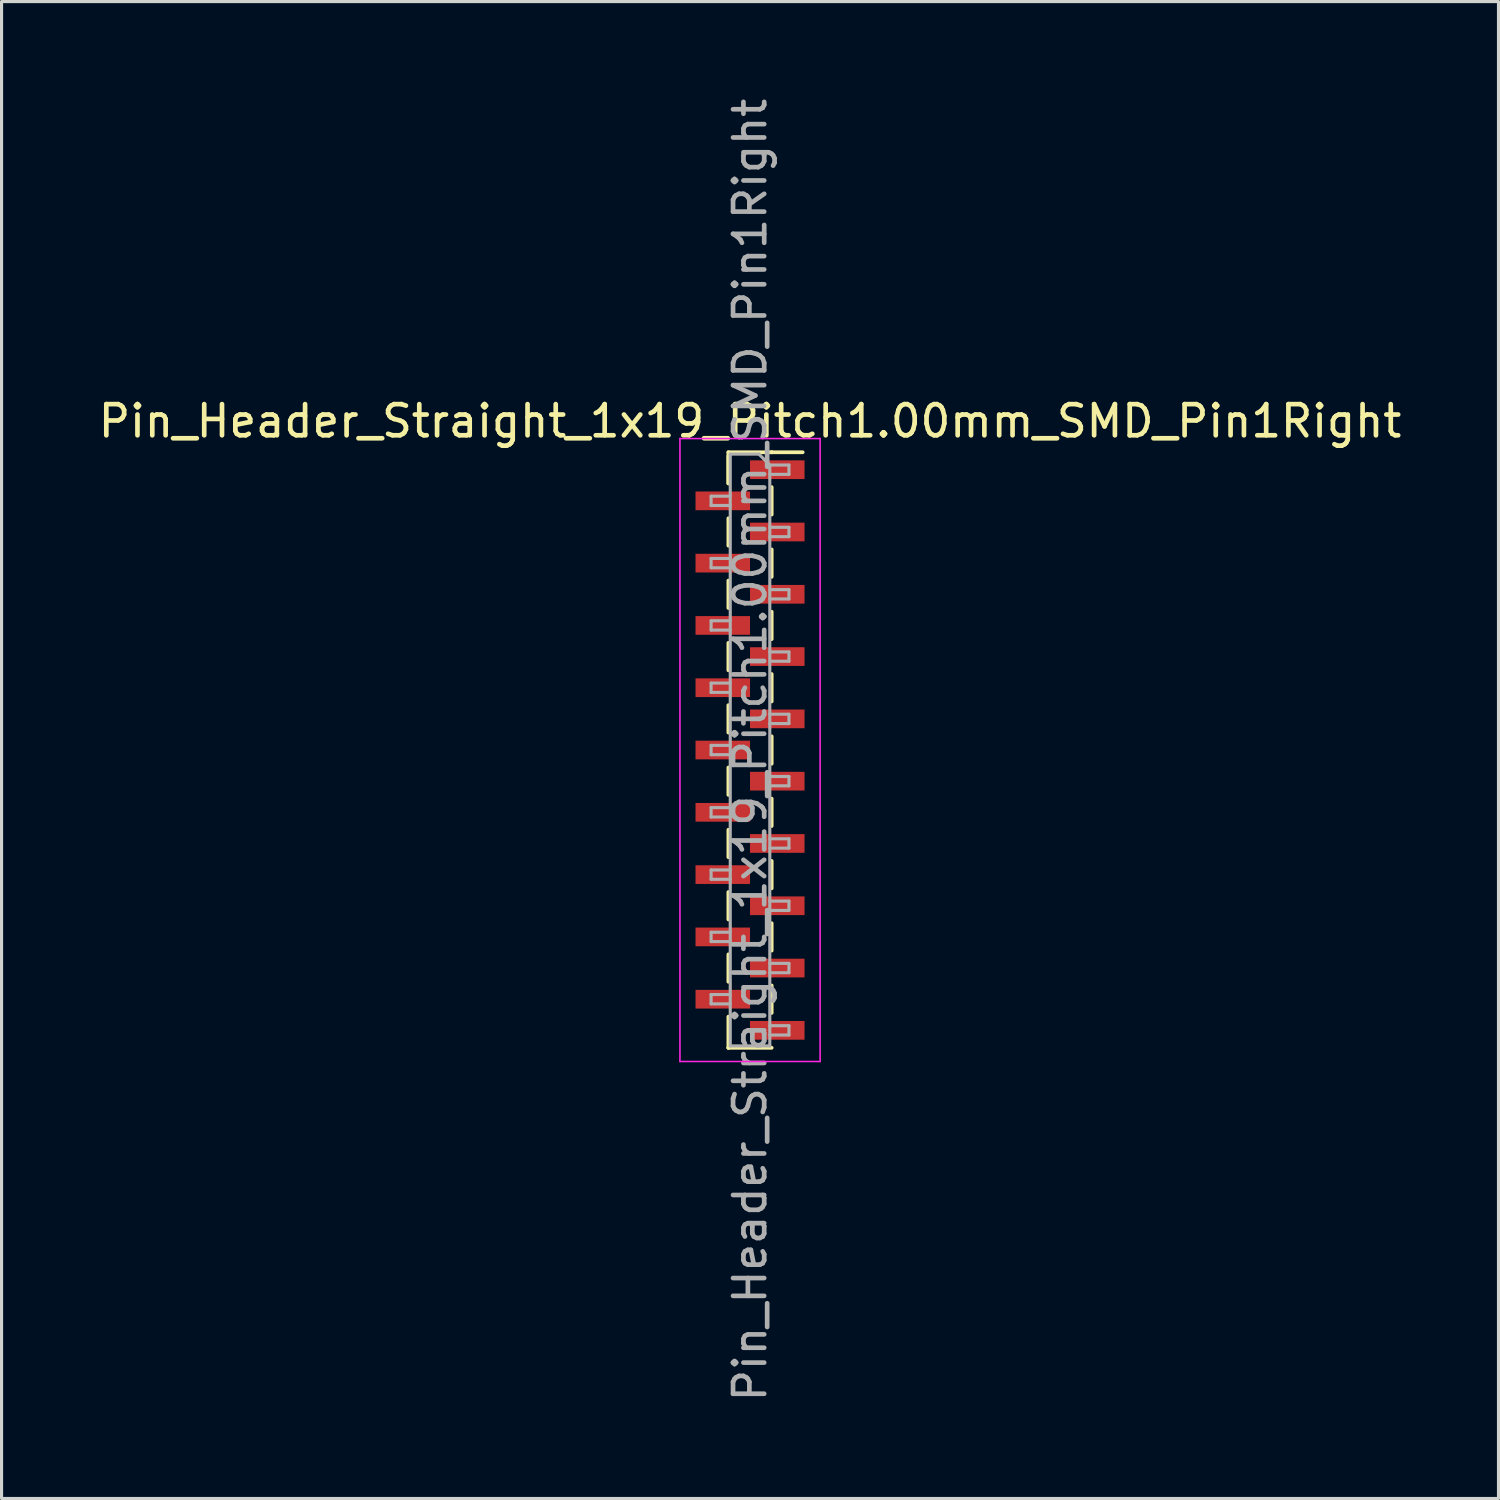
<source format=kicad_pcb>
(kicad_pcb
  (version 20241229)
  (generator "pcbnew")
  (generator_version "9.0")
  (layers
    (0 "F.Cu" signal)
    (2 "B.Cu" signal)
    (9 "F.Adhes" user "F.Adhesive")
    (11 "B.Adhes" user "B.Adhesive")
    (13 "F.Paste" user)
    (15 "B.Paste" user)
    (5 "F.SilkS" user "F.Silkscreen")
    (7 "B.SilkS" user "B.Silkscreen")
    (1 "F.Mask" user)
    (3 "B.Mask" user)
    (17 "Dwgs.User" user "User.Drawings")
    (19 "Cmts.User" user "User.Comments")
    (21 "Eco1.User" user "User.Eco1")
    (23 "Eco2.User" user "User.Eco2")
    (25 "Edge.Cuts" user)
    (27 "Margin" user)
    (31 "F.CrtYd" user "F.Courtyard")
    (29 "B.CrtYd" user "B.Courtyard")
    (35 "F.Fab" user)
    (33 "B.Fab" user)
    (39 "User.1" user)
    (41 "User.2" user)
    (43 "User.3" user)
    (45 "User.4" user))
  (footprint "Pin_Header_Straight_1x19_Pitch1.00mm_SMD_Pin1Right"
    (layer "F.Cu")
    (at 21.03 21.03)
    (property "Reference" "Pin_Header_Straight_1x19_Pitch1.00mm_SMD_Pin1Right" (at 0 -10.56 0) (layer "F.SilkS") (effects (font (size 1 1) (thickness 0.15))))
    (attr smd)
    (fp_line (start -0.695 -9.56) (end -0.695 -8.56) (stroke (width 0.12) (type solid)) (layer "F.SilkS"))
    (fp_line (start -0.695 -9.56) (end 0.695 -9.56) (stroke (width 0.12) (type solid)) (layer "F.SilkS"))
    (fp_line (start -0.695 -9.44) (end -0.695 -8.56) (stroke (width 0.12) (type solid)) (layer "F.SilkS"))
    (fp_line (start -0.695 -7.44) (end -0.695 -6.56) (stroke (width 0.12) (type solid)) (layer "F.SilkS"))
    (fp_line (start -0.695 -5.44) (end -0.695 -4.56) (stroke (width 0.12) (type solid)) (layer "F.SilkS"))
    (fp_line (start -0.695 -3.44) (end -0.695 -2.56) (stroke (width 0.12) (type solid)) (layer "F.SilkS"))
    (fp_line (start -0.695 -1.44) (end -0.695 -0.56) (stroke (width 0.12) (type solid)) (layer "F.SilkS"))
    (fp_line (start -0.695 0.56) (end -0.695 1.44) (stroke (width 0.12) (type solid)) (layer "F.SilkS"))
    (fp_line (start -0.695 2.56) (end -0.695 3.44) (stroke (width 0.12) (type solid)) (layer "F.SilkS"))
    (fp_line (start -0.695 4.56) (end -0.695 5.44) (stroke (width 0.12) (type solid)) (layer "F.SilkS"))
    (fp_line (start -0.695 6.56) (end -0.695 7.44) (stroke (width 0.12) (type solid)) (layer "F.SilkS"))
    (fp_line (start -0.695 8.56) (end -0.695 9.56) (stroke (width 0.12) (type solid)) (layer "F.SilkS"))
    (fp_line (start -0.695 9.56) (end -0.695 9.56) (stroke (width 0.12) (type solid)) (layer "F.SilkS"))
    (fp_line (start -0.695 9.56) (end 0.695 9.56) (stroke (width 0.12) (type solid)) (layer "F.SilkS"))
    (fp_line (start 0.695 -9.56) (end 0.695 -9.56) (stroke (width 0.12) (type solid)) (layer "F.SilkS"))
    (fp_line (start 0.695 -9.56) (end 1.69 -9.56) (stroke (width 0.12) (type solid)) (layer "F.SilkS"))
    (fp_line (start 0.695 -8.44) (end 0.695 -7.56) (stroke (width 0.12) (type solid)) (layer "F.SilkS"))
    (fp_line (start 0.695 -6.44) (end 0.695 -5.56) (stroke (width 0.12) (type solid)) (layer "F.SilkS"))
    (fp_line (start 0.695 -4.44) (end 0.695 -3.56) (stroke (width 0.12) (type solid)) (layer "F.SilkS"))
    (fp_line (start 0.695 -2.44) (end 0.695 -1.56) (stroke (width 0.12) (type solid)) (layer "F.SilkS"))
    (fp_line (start 0.695 -0.44) (end 0.695 0.44) (stroke (width 0.12) (type solid)) (layer "F.SilkS"))
    (fp_line (start 0.695 1.56) (end 0.695 2.44) (stroke (width 0.12) (type solid)) (layer "F.SilkS"))
    (fp_line (start 0.695 3.56) (end 0.695 4.44) (stroke (width 0.12) (type solid)) (layer "F.SilkS"))
    (fp_line (start 0.695 5.56) (end 0.695 6.44) (stroke (width 0.12) (type solid)) (layer "F.SilkS"))
    (fp_line (start 0.695 7.56) (end 0.695 8.44) (stroke (width 0.12) (type solid)) (layer "F.SilkS"))
    (fp_line (start -2.25 -10) (end -2.25 10) (stroke (width 0.05) (type solid)) (layer "F.CrtYd"))
    (fp_line (start -2.25 10) (end 2.25 10) (stroke (width 0.05) (type solid)) (layer "F.CrtYd"))
    (fp_line (start 2.25 -10) (end -2.25 -10) (stroke (width 0.05) (type solid)) (layer "F.CrtYd"))
    (fp_line (start 2.25 10) (end 2.25 -10) (stroke (width 0.05) (type solid)) (layer "F.CrtYd"))
    (fp_line (start -1.25 -8.15) (end -1.25 -7.85) (stroke (width 0.1) (type solid)) (layer "F.Fab"))
    (fp_line (start -1.25 -7.85) (end -0.635 -7.85) (stroke (width 0.1) (type solid)) (layer "F.Fab"))
    (fp_line (start -1.25 -6.15) (end -1.25 -5.85) (stroke (width 0.1) (type solid)) (layer "F.Fab"))
    (fp_line (start -1.25 -5.85) (end -0.635 -5.85) (stroke (width 0.1) (type solid)) (layer "F.Fab"))
    (fp_line (start -1.25 -4.15) (end -1.25 -3.85) (stroke (width 0.1) (type solid)) (layer "F.Fab"))
    (fp_line (start -1.25 -3.85) (end -0.635 -3.85) (stroke (width 0.1) (type solid)) (layer "F.Fab"))
    (fp_line (start -1.25 -2.15) (end -1.25 -1.85) (stroke (width 0.1) (type solid)) (layer "F.Fab"))
    (fp_line (start -1.25 -1.85) (end -0.635 -1.85) (stroke (width 0.1) (type solid)) (layer "F.Fab"))
    (fp_line (start -1.25 -0.15) (end -1.25 0.15) (stroke (width 0.1) (type solid)) (layer "F.Fab"))
    (fp_line (start -1.25 0.15) (end -0.635 0.15) (stroke (width 0.1) (type solid)) (layer "F.Fab"))
    (fp_line (start -1.25 1.85) (end -1.25 2.15) (stroke (width 0.1) (type solid)) (layer "F.Fab"))
    (fp_line (start -1.25 2.15) (end -0.635 2.15) (stroke (width 0.1) (type solid)) (layer "F.Fab"))
    (fp_line (start -1.25 3.85) (end -1.25 4.15) (stroke (width 0.1) (type solid)) (layer "F.Fab"))
    (fp_line (start -1.25 4.15) (end -0.635 4.15) (stroke (width 0.1) (type solid)) (layer "F.Fab"))
    (fp_line (start -1.25 5.85) (end -1.25 6.15) (stroke (width 0.1) (type solid)) (layer "F.Fab"))
    (fp_line (start -1.25 6.15) (end -0.635 6.15) (stroke (width 0.1) (type solid)) (layer "F.Fab"))
    (fp_line (start -1.25 7.85) (end -1.25 8.15) (stroke (width 0.1) (type solid)) (layer "F.Fab"))
    (fp_line (start -1.25 8.15) (end -0.635 8.15) (stroke (width 0.1) (type solid)) (layer "F.Fab"))
    (fp_line (start -0.635 -9.5) (end -0.635 9.5) (stroke (width 0.1) (type solid)) (layer "F.Fab"))
    (fp_line (start -0.635 -9.5) (end 0.285 -9.5) (stroke (width 0.1) (type solid)) (layer "F.Fab"))
    (fp_line (start -0.635 -8.15) (end -1.25 -8.15) (stroke (width 0.1) (type solid)) (layer "F.Fab"))
    (fp_line (start -0.635 -6.15) (end -1.25 -6.15) (stroke (width 0.1) (type solid)) (layer "F.Fab"))
    (fp_line (start -0.635 -4.15) (end -1.25 -4.15) (stroke (width 0.1) (type solid)) (layer "F.Fab"))
    (fp_line (start -0.635 -2.15) (end -1.25 -2.15) (stroke (width 0.1) (type solid)) (layer "F.Fab"))
    (fp_line (start -0.635 -0.15) (end -1.25 -0.15) (stroke (width 0.1) (type solid)) (layer "F.Fab"))
    (fp_line (start -0.635 1.85) (end -1.25 1.85) (stroke (width 0.1) (type solid)) (layer "F.Fab"))
    (fp_line (start -0.635 3.85) (end -1.25 3.85) (stroke (width 0.1) (type solid)) (layer "F.Fab"))
    (fp_line (start -0.635 5.85) (end -1.25 5.85) (stroke (width 0.1) (type solid)) (layer "F.Fab"))
    (fp_line (start -0.635 7.85) (end -1.25 7.85) (stroke (width 0.1) (type solid)) (layer "F.Fab"))
    (fp_line (start 0.635 -9.15) (end 0.285 -9.5) (stroke (width 0.1) (type solid)) (layer "F.Fab"))
    (fp_line (start 0.635 -9.15) (end 1.25 -9.15) (stroke (width 0.1) (type solid)) (layer "F.Fab"))
    (fp_line (start 0.635 -7.15) (end 1.25 -7.15) (stroke (width 0.1) (type solid)) (layer "F.Fab"))
    (fp_line (start 0.635 -5.15) (end 1.25 -5.15) (stroke (width 0.1) (type solid)) (layer "F.Fab"))
    (fp_line (start 0.635 -3.15) (end 1.25 -3.15) (stroke (width 0.1) (type solid)) (layer "F.Fab"))
    (fp_line (start 0.635 -1.15) (end 1.25 -1.15) (stroke (width 0.1) (type solid)) (layer "F.Fab"))
    (fp_line (start 0.635 0.85) (end 1.25 0.85) (stroke (width 0.1) (type solid)) (layer "F.Fab"))
    (fp_line (start 0.635 2.85) (end 1.25 2.85) (stroke (width 0.1) (type solid)) (layer "F.Fab"))
    (fp_line (start 0.635 4.85) (end 1.25 4.85) (stroke (width 0.1) (type solid)) (layer "F.Fab"))
    (fp_line (start 0.635 6.85) (end 1.25 6.85) (stroke (width 0.1) (type solid)) (layer "F.Fab"))
    (fp_line (start 0.635 8.85) (end 1.25 8.85) (stroke (width 0.1) (type solid)) (layer "F.Fab"))
    (fp_line (start 0.635 9.5) (end -0.635 9.5) (stroke (width 0.1) (type solid)) (layer "F.Fab"))
    (fp_line (start 0.635 9.5) (end 0.635 -9.15) (stroke (width 0.1) (type solid)) (layer "F.Fab"))
    (fp_line (start 1.25 -9.15) (end 1.25 -8.85) (stroke (width 0.1) (type solid)) (layer "F.Fab"))
    (fp_line (start 1.25 -8.85) (end 0.635 -8.85) (stroke (width 0.1) (type solid)) (layer "F.Fab"))
    (fp_line (start 1.25 -7.15) (end 1.25 -6.85) (stroke (width 0.1) (type solid)) (layer "F.Fab"))
    (fp_line (start 1.25 -6.85) (end 0.635 -6.85) (stroke (width 0.1) (type solid)) (layer "F.Fab"))
    (fp_line (start 1.25 -5.15) (end 1.25 -4.85) (stroke (width 0.1) (type solid)) (layer "F.Fab"))
    (fp_line (start 1.25 -4.85) (end 0.635 -4.85) (stroke (width 0.1) (type solid)) (layer "F.Fab"))
    (fp_line (start 1.25 -3.15) (end 1.25 -2.85) (stroke (width 0.1) (type solid)) (layer "F.Fab"))
    (fp_line (start 1.25 -2.85) (end 0.635 -2.85) (stroke (width 0.1) (type solid)) (layer "F.Fab"))
    (fp_line (start 1.25 -1.15) (end 1.25 -0.85) (stroke (width 0.1) (type solid)) (layer "F.Fab"))
    (fp_line (start 1.25 -0.85) (end 0.635 -0.85) (stroke (width 0.1) (type solid)) (layer "F.Fab"))
    (fp_line (start 1.25 0.85) (end 1.25 1.15) (stroke (width 0.1) (type solid)) (layer "F.Fab"))
    (fp_line (start 1.25 1.15) (end 0.635 1.15) (stroke (width 0.1) (type solid)) (layer "F.Fab"))
    (fp_line (start 1.25 2.85) (end 1.25 3.15) (stroke (width 0.1) (type solid)) (layer "F.Fab"))
    (fp_line (start 1.25 3.15) (end 0.635 3.15) (stroke (width 0.1) (type solid)) (layer "F.Fab"))
    (fp_line (start 1.25 4.85) (end 1.25 5.15) (stroke (width 0.1) (type solid)) (layer "F.Fab"))
    (fp_line (start 1.25 5.15) (end 0.635 5.15) (stroke (width 0.1) (type solid)) (layer "F.Fab"))
    (fp_line (start 1.25 6.85) (end 1.25 7.15) (stroke (width 0.1) (type solid)) (layer "F.Fab"))
    (fp_line (start 1.25 7.15) (end 0.635 7.15) (stroke (width 0.1) (type solid)) (layer "F.Fab"))
    (fp_line (start 1.25 8.85) (end 1.25 9.15) (stroke (width 0.1) (type solid)) (layer "F.Fab"))
    (fp_line (start 1.25 9.15) (end 0.635 9.15) (stroke (width 0.1) (type solid)) (layer "F.Fab"))
    (fp_text user "${REFERENCE}" (at 0 0 90) (layer "F.Fab") (effects (font (size 1 1) (thickness 0.15))))
    (pad "1" smd rect (at 0.875 -9) (size 1.75 0.6) (layers "F.Cu" "F.Mask" "F.Paste"))
    (pad "2" smd rect (at -0.875 -8) (size 1.75 0.6) (layers "F.Cu" "F.Mask" "F.Paste"))
    (pad "3" smd rect (at 0.875 -7) (size 1.75 0.6) (layers "F.Cu" "F.Mask" "F.Paste"))
    (pad "4" smd rect (at -0.875 -6) (size 1.75 0.6) (layers "F.Cu" "F.Mask" "F.Paste"))
    (pad "5" smd rect (at 0.875 -5) (size 1.75 0.6) (layers "F.Cu" "F.Mask" "F.Paste"))
    (pad "6" smd rect (at -0.875 -4) (size 1.75 0.6) (layers "F.Cu" "F.Mask" "F.Paste"))
    (pad "7" smd rect (at 0.875 -3) (size 1.75 0.6) (layers "F.Cu" "F.Mask" "F.Paste"))
    (pad "8" smd rect (at -0.875 -2) (size 1.75 0.6) (layers "F.Cu" "F.Mask" "F.Paste"))
    (pad "9" smd rect (at 0.875 -1) (size 1.75 0.6) (layers "F.Cu" "F.Mask" "F.Paste"))
    (pad "10" smd rect (at -0.875 0) (size 1.75 0.6) (layers "F.Cu" "F.Mask" "F.Paste"))
    (pad "11" smd rect (at 0.875 1) (size 1.75 0.6) (layers "F.Cu" "F.Mask" "F.Paste"))
    (pad "12" smd rect (at -0.875 2) (size 1.75 0.6) (layers "F.Cu" "F.Mask" "F.Paste"))
    (pad "13" smd rect (at 0.875 3) (size 1.75 0.6) (layers "F.Cu" "F.Mask" "F.Paste"))
    (pad "14" smd rect (at -0.875 4) (size 1.75 0.6) (layers "F.Cu" "F.Mask" "F.Paste"))
    (pad "15" smd rect (at 0.875 5) (size 1.75 0.6) (layers "F.Cu" "F.Mask" "F.Paste"))
    (pad "16" smd rect (at -0.875 6) (size 1.75 0.6) (layers "F.Cu" "F.Mask" "F.Paste"))
    (pad "17" smd rect (at 0.875 7) (size 1.75 0.6) (layers "F.Cu" "F.Mask" "F.Paste"))
    (pad "18" smd rect (at -0.875 8) (size 1.75 0.6) (layers "F.Cu" "F.Mask" "F.Paste"))
    (pad "19" smd rect (at 0.875 9) (size 1.75 0.6) (layers "F.Cu" "F.Mask" "F.Paste")))
  (gr_rect
    (start -3 -3)
    (end 45.06 45.06)
    (stroke (width 0.1) (type default))
    (fill no)
    (layer "Edge.Cuts")))
</source>
